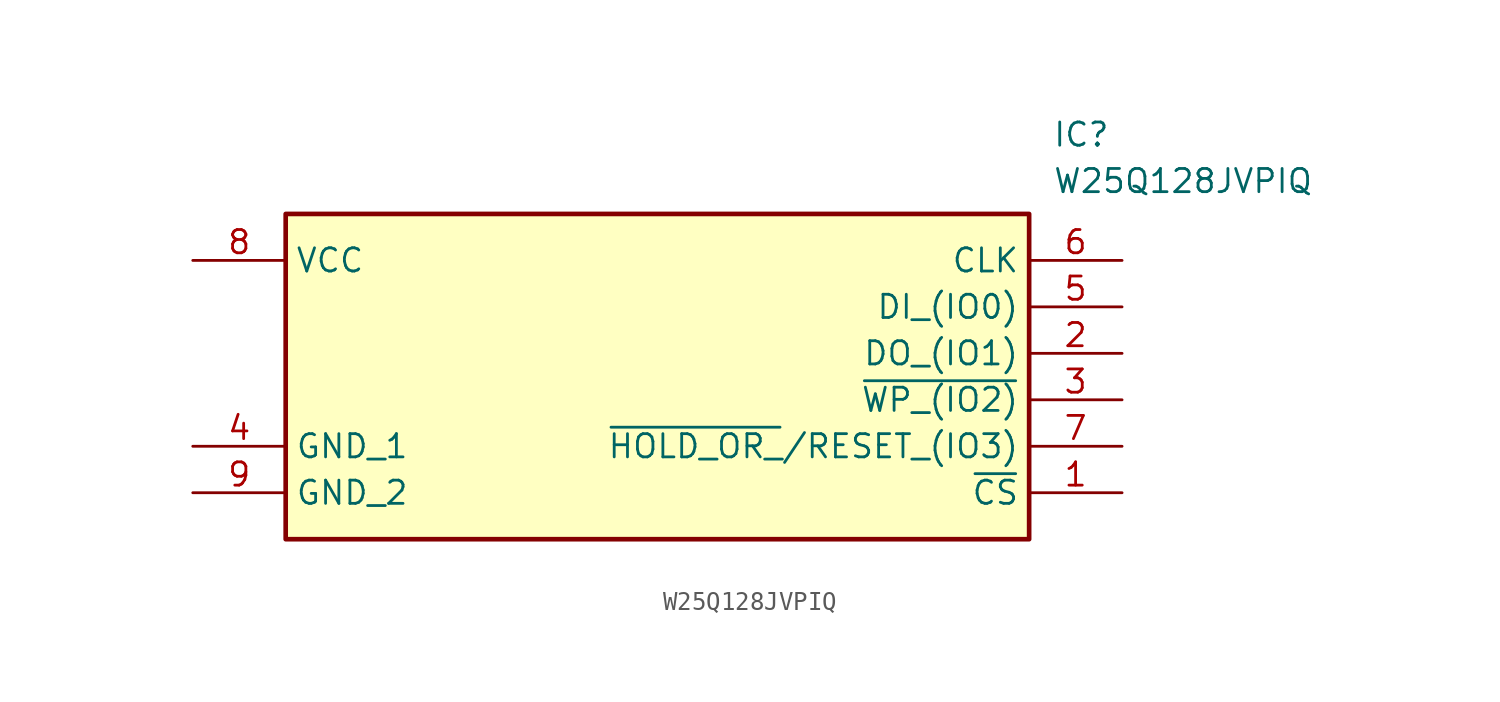
<source format=kicad_sym>
(kicad_symbol_lib
  (version 20241209)
  (generator "kicad_symbol_editor")
  (generator_version "9.0")
  (symbol "W25Q128JVPIQ"
    (property "Reference" "IC"
      (at 46.99 7.62 0)
      (effects (font (size 1.27 1.27)) (justify left top)))
    (property "Value" "W25Q128JVPIQ"
      (at 46.99 5.08 0)
      (effects (font (size 1.27 1.27)) (justify left top)))
    (symbol "W25Q128JVPIQ_1_1"
      (rectangle (start 5.08 2.54) (end 45.72 -15.24) (stroke (width 0.254) (type default)) (fill (type background)))
      (pin passive line (at 0 0 0) (length 5.08) (name "VCC" (effects (font (size 1.27 1.27)))) (number "8" (effects (font (size 1.27 1.27)))))
      (pin passive line (at 0 -10.16 0) (length 5.08) (name "GND_1" (effects (font (size 1.27 1.27)))) (number "4" (effects (font (size 1.27 1.27)))))
      (pin passive line (at 0 -12.7 0) (length 5.08) (name "GND_2" (effects (font (size 1.27 1.27)))) (number "9" (effects (font (size 1.27 1.27)))))
      (pin passive line (at 50.8 0 180) (length 5.08) (name "CLK" (effects (font (size 1.27 1.27)))) (number "6" (effects (font (size 1.27 1.27)))))
      (pin passive line (at 50.8 -2.54 180) (length 5.08) (name "DI_(IO0)" (effects (font (size 1.27 1.27)))) (number "5" (effects (font (size 1.27 1.27)))))
      (pin passive line (at 50.8 -5.08 180) (length 5.08) (name "DO_(IO1)" (effects (font (size 1.27 1.27)))) (number "2" (effects (font (size 1.27 1.27)))))
      (pin passive line (at 50.8 -7.62 180) (length 5.08) (name "~{WP_(IO2)}" (effects (font (size 1.27 1.27)))) (number "3" (effects (font (size 1.27 1.27)))))
      (pin passive line (at 50.8 -10.16 180) (length 5.08) (name "~{HOLD_OR_}/RESET_(IO3)" (effects (font (size 1.27 1.27)))) (number "7" (effects (font (size 1.27 1.27)))))
      (pin passive line (at 50.8 -12.7 180) (length 5.08) (name "~{CS}" (effects (font (size 1.27 1.27)))) (number "1" (effects (font (size 1.27 1.27))))))))
</source>
